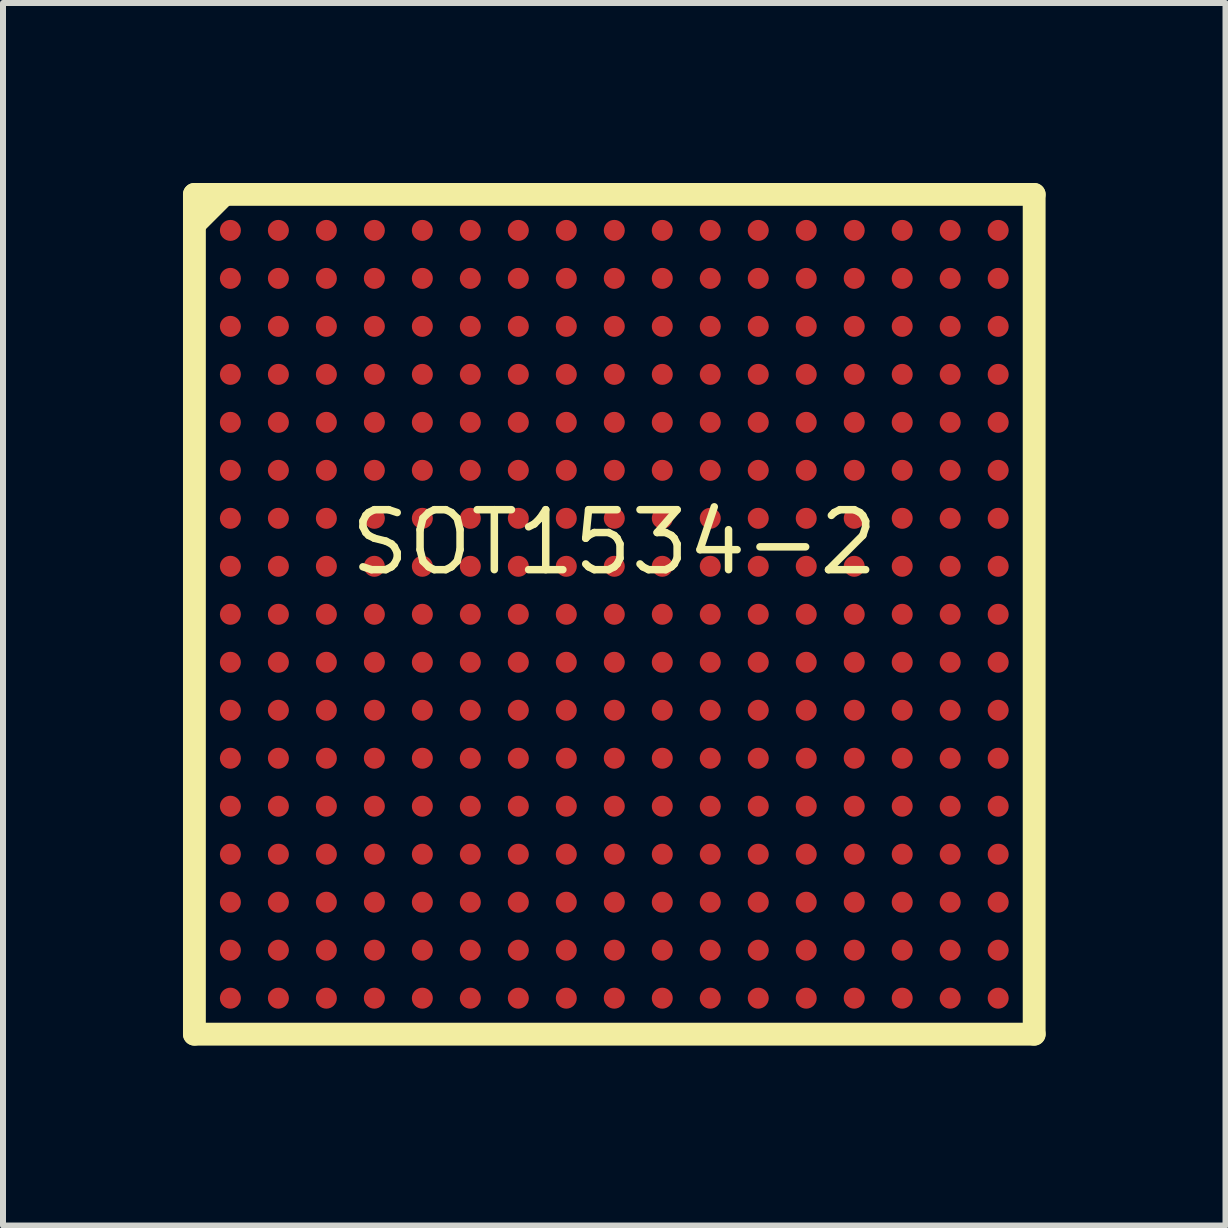
<source format=kicad_pcb>
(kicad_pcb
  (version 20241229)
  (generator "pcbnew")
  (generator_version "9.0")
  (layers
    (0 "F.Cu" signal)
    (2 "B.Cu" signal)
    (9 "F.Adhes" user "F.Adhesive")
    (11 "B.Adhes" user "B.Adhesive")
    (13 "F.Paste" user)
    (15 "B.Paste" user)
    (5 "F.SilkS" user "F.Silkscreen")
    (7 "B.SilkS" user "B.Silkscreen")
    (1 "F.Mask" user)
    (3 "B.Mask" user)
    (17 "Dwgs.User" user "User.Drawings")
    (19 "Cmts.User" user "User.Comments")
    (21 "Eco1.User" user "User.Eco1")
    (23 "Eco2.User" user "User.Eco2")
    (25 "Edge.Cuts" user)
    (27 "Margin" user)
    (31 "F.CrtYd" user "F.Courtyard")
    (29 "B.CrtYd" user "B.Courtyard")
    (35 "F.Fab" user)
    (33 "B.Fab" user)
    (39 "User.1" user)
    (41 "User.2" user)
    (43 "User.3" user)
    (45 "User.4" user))
  (footprint "SOT1534-2"
    (layer "F.Cu")
    (at 7.191 7.191)
    (property "Reference" "SOT1534-2" (at 0 -1.2 0) (layer "F.SilkS") (effects (font (size 1 1) (thickness 0.125))))
    (attr smd)
    (fp_line (start -7 -7) (end -7 7) (stroke (width 0.381) (type solid)) (layer "F.SilkS"))
    (fp_line (start -7 -7) (end 7 -7) (stroke (width 0.381) (type solid)) (layer "F.SilkS"))
    (fp_line (start -7 -6.5) (end -6.5 -7) (stroke (width 0.381) (type solid)) (layer "F.SilkS"))
    (fp_line (start -7 7) (end 7 7) (stroke (width 0.381) (type solid)) (layer "F.SilkS"))
    (fp_line (start 7 -7) (end 7 7) (stroke (width 0.381) (type solid)) (layer "F.SilkS"))
    (pad "A1" smd circle (at -6.4 -6.4) (size 0.35 0.35) (layers "F.Cu" "F.Mask" "F.Paste"))
    (pad "A2" smd circle (at -5.6 -6.4) (size 0.35 0.35) (layers "F.Cu" "F.Mask" "F.Paste"))
    (pad "A3" smd circle (at -4.8 -6.4) (size 0.35 0.35) (layers "F.Cu" "F.Mask" "F.Paste"))
    (pad "A4" smd circle (at -4 -6.4) (size 0.35 0.35) (layers "F.Cu" "F.Mask" "F.Paste"))
    (pad "A5" smd circle (at -3.2 -6.4) (size 0.35 0.35) (layers "F.Cu" "F.Mask" "F.Paste"))
    (pad "A6" smd circle (at -2.4 -6.4) (size 0.35 0.35) (layers "F.Cu" "F.Mask" "F.Paste"))
    (pad "A7" smd circle (at -1.6 -6.4) (size 0.35 0.35) (layers "F.Cu" "F.Mask" "F.Paste"))
    (pad "A8" smd circle (at -0.8 -6.4) (size 0.35 0.35) (layers "F.Cu" "F.Mask" "F.Paste"))
    (pad "A9" smd circle (at 0 -6.4) (size 0.35 0.35) (layers "F.Cu" "F.Mask" "F.Paste"))
    (pad "A10" smd circle (at 0.8 -6.4) (size 0.35 0.35) (layers "F.Cu" "F.Mask" "F.Paste"))
    (pad "A11" smd circle (at 1.6 -6.4) (size 0.35 0.35) (layers "F.Cu" "F.Mask" "F.Paste"))
    (pad "A12" smd circle (at 2.4 -6.4) (size 0.35 0.35) (layers "F.Cu" "F.Mask" "F.Paste"))
    (pad "A13" smd circle (at 3.2 -6.4) (size 0.35 0.35) (layers "F.Cu" "F.Mask" "F.Paste"))
    (pad "A14" smd circle (at 4 -6.4) (size 0.35 0.35) (layers "F.Cu" "F.Mask" "F.Paste"))
    (pad "A15" smd circle (at 4.8 -6.4) (size 0.35 0.35) (layers "F.Cu" "F.Mask" "F.Paste"))
    (pad "A16" smd circle (at 5.6 -6.4) (size 0.35 0.35) (layers "F.Cu" "F.Mask" "F.Paste"))
    (pad "A17" smd circle (at 6.4 -6.4) (size 0.35 0.35) (layers "F.Cu" "F.Mask" "F.Paste"))
    (pad "B1" smd circle (at -6.4 -5.6) (size 0.35 0.35) (layers "F.Cu" "F.Mask" "F.Paste"))
    (pad "B2" smd circle (at -5.6 -5.6) (size 0.35 0.35) (layers "F.Cu" "F.Mask" "F.Paste"))
    (pad "B3" smd circle (at -4.8 -5.6) (size 0.35 0.35) (layers "F.Cu" "F.Mask" "F.Paste"))
    (pad "B4" smd circle (at -4 -5.6) (size 0.35 0.35) (layers "F.Cu" "F.Mask" "F.Paste"))
    (pad "B5" smd circle (at -3.2 -5.6) (size 0.35 0.35) (layers "F.Cu" "F.Mask" "F.Paste"))
    (pad "B6" smd circle (at -2.4 -5.6) (size 0.35 0.35) (layers "F.Cu" "F.Mask" "F.Paste"))
    (pad "B7" smd circle (at -1.6 -5.6) (size 0.35 0.35) (layers "F.Cu" "F.Mask" "F.Paste"))
    (pad "B8" smd circle (at -0.8 -5.6) (size 0.35 0.35) (layers "F.Cu" "F.Mask" "F.Paste"))
    (pad "B9" smd circle (at 0 -5.6) (size 0.35 0.35) (layers "F.Cu" "F.Mask" "F.Paste"))
    (pad "B10" smd circle (at 0.8 -5.6) (size 0.35 0.35) (layers "F.Cu" "F.Mask" "F.Paste"))
    (pad "B11" smd circle (at 1.6 -5.6) (size 0.35 0.35) (layers "F.Cu" "F.Mask" "F.Paste"))
    (pad "B12" smd circle (at 2.4 -5.6) (size 0.35 0.35) (layers "F.Cu" "F.Mask" "F.Paste"))
    (pad "B13" smd circle (at 3.2 -5.6) (size 0.35 0.35) (layers "F.Cu" "F.Mask" "F.Paste"))
    (pad "B14" smd circle (at 4 -5.6) (size 0.35 0.35) (layers "F.Cu" "F.Mask" "F.Paste"))
    (pad "B15" smd circle (at 4.8 -5.6) (size 0.35 0.35) (layers "F.Cu" "F.Mask" "F.Paste"))
    (pad "B16" smd circle (at 5.6 -5.6) (size 0.35 0.35) (layers "F.Cu" "F.Mask" "F.Paste"))
    (pad "B17" smd circle (at 6.4 -5.6) (size 0.35 0.35) (layers "F.Cu" "F.Mask" "F.Paste"))
    (pad "C1" smd circle (at -6.4 -4.8) (size 0.35 0.35) (layers "F.Cu" "F.Mask" "F.Paste"))
    (pad "C2" smd circle (at -5.6 -4.8) (size 0.35 0.35) (layers "F.Cu" "F.Mask" "F.Paste"))
    (pad "C3" smd circle (at -4.8 -4.8) (size 0.35 0.35) (layers "F.Cu" "F.Mask" "F.Paste"))
    (pad "C4" smd circle (at -4 -4.8) (size 0.35 0.35) (layers "F.Cu" "F.Mask" "F.Paste"))
    (pad "C5" smd circle (at -3.2 -4.8) (size 0.35 0.35) (layers "F.Cu" "F.Mask" "F.Paste"))
    (pad "C6" smd circle (at -2.4 -4.8) (size 0.35 0.35) (layers "F.Cu" "F.Mask" "F.Paste"))
    (pad "C7" smd circle (at -1.6 -4.8) (size 0.35 0.35) (layers "F.Cu" "F.Mask" "F.Paste"))
    (pad "C8" smd circle (at -0.8 -4.8) (size 0.35 0.35) (layers "F.Cu" "F.Mask" "F.Paste"))
    (pad "C9" smd circle (at 0 -4.8) (size 0.35 0.35) (layers "F.Cu" "F.Mask" "F.Paste"))
    (pad "C10" smd circle (at 0.8 -4.8) (size 0.35 0.35) (layers "F.Cu" "F.Mask" "F.Paste"))
    (pad "C11" smd circle (at 1.6 -4.8) (size 0.35 0.35) (layers "F.Cu" "F.Mask" "F.Paste"))
    (pad "C12" smd circle (at 2.4 -4.8) (size 0.35 0.35) (layers "F.Cu" "F.Mask" "F.Paste"))
    (pad "C13" smd circle (at 3.2 -4.8) (size 0.35 0.35) (layers "F.Cu" "F.Mask" "F.Paste"))
    (pad "C14" smd circle (at 4 -4.8) (size 0.35 0.35) (layers "F.Cu" "F.Mask" "F.Paste"))
    (pad "C15" smd circle (at 4.8 -4.8) (size 0.35 0.35) (layers "F.Cu" "F.Mask" "F.Paste"))
    (pad "C16" smd circle (at 5.6 -4.8) (size 0.35 0.35) (layers "F.Cu" "F.Mask" "F.Paste"))
    (pad "C17" smd circle (at 6.4 -4.8) (size 0.35 0.35) (layers "F.Cu" "F.Mask" "F.Paste"))
    (pad "D1" smd circle (at -6.4 -4) (size 0.35 0.35) (layers "F.Cu" "F.Mask" "F.Paste"))
    (pad "D2" smd circle (at -5.6 -4) (size 0.35 0.35) (layers "F.Cu" "F.Mask" "F.Paste"))
    (pad "D3" smd circle (at -4.8 -4) (size 0.35 0.35) (layers "F.Cu" "F.Mask" "F.Paste"))
    (pad "D4" smd circle (at -4 -4) (size 0.35 0.35) (layers "F.Cu" "F.Mask" "F.Paste"))
    (pad "D5" smd circle (at -3.2 -4) (size 0.35 0.35) (layers "F.Cu" "F.Mask" "F.Paste"))
    (pad "D6" smd circle (at -2.4 -4) (size 0.35 0.35) (layers "F.Cu" "F.Mask" "F.Paste"))
    (pad "D7" smd circle (at -1.6 -4) (size 0.35 0.35) (layers "F.Cu" "F.Mask" "F.Paste"))
    (pad "D8" smd circle (at -0.8 -4) (size 0.35 0.35) (layers "F.Cu" "F.Mask" "F.Paste"))
    (pad "D9" smd circle (at 0 -4) (size 0.35 0.35) (layers "F.Cu" "F.Mask" "F.Paste"))
    (pad "D10" smd circle (at 0.8 -4) (size 0.35 0.35) (layers "F.Cu" "F.Mask" "F.Paste"))
    (pad "D11" smd circle (at 1.6 -4) (size 0.35 0.35) (layers "F.Cu" "F.Mask" "F.Paste"))
    (pad "D12" smd circle (at 2.4 -4) (size 0.35 0.35) (layers "F.Cu" "F.Mask" "F.Paste"))
    (pad "D13" smd circle (at 3.2 -4) (size 0.35 0.35) (layers "F.Cu" "F.Mask" "F.Paste"))
    (pad "D14" smd circle (at 4 -4) (size 0.35 0.35) (layers "F.Cu" "F.Mask" "F.Paste"))
    (pad "D15" smd circle (at 4.8 -4) (size 0.35 0.35) (layers "F.Cu" "F.Mask" "F.Paste"))
    (pad "D16" smd circle (at 5.6 -4) (size 0.35 0.35) (layers "F.Cu" "F.Mask" "F.Paste"))
    (pad "D17" smd circle (at 6.4 -4) (size 0.35 0.35) (layers "F.Cu" "F.Mask" "F.Paste"))
    (pad "E1" smd circle (at -6.4 -3.2) (size 0.35 0.35) (layers "F.Cu" "F.Mask" "F.Paste"))
    (pad "E2" smd circle (at -5.6 -3.2) (size 0.35 0.35) (layers "F.Cu" "F.Mask" "F.Paste"))
    (pad "E3" smd circle (at -4.8 -3.2) (size 0.35 0.35) (layers "F.Cu" "F.Mask" "F.Paste"))
    (pad "E4" smd circle (at -4 -3.2) (size 0.35 0.35) (layers "F.Cu" "F.Mask" "F.Paste"))
    (pad "E5" smd circle (at -3.2 -3.2) (size 0.35 0.35) (layers "F.Cu" "F.Mask" "F.Paste"))
    (pad "E6" smd circle (at -2.4 -3.2) (size 0.35 0.35) (layers "F.Cu" "F.Mask" "F.Paste"))
    (pad "E7" smd circle (at -1.6 -3.2) (size 0.35 0.35) (layers "F.Cu" "F.Mask" "F.Paste"))
    (pad "E8" smd circle (at -0.8 -3.2) (size 0.35 0.35) (layers "F.Cu" "F.Mask" "F.Paste"))
    (pad "E9" smd circle (at 0 -3.2) (size 0.35 0.35) (layers "F.Cu" "F.Mask" "F.Paste"))
    (pad "E10" smd circle (at 0.8 -3.2) (size 0.35 0.35) (layers "F.Cu" "F.Mask" "F.Paste"))
    (pad "E11" smd circle (at 1.6 -3.2) (size 0.35 0.35) (layers "F.Cu" "F.Mask" "F.Paste"))
    (pad "E12" smd circle (at 2.4 -3.2) (size 0.35 0.35) (layers "F.Cu" "F.Mask" "F.Paste"))
    (pad "E13" smd circle (at 3.2 -3.2) (size 0.35 0.35) (layers "F.Cu" "F.Mask" "F.Paste"))
    (pad "E14" smd circle (at 4 -3.2) (size 0.35 0.35) (layers "F.Cu" "F.Mask" "F.Paste"))
    (pad "E15" smd circle (at 4.8 -3.2) (size 0.35 0.35) (layers "F.Cu" "F.Mask" "F.Paste"))
    (pad "E16" smd circle (at 5.6 -3.2) (size 0.35 0.35) (layers "F.Cu" "F.Mask" "F.Paste"))
    (pad "E17" smd circle (at 6.4 -3.2) (size 0.35 0.35) (layers "F.Cu" "F.Mask" "F.Paste"))
    (pad "F1" smd circle (at -6.4 -2.4) (size 0.35 0.35) (layers "F.Cu" "F.Mask" "F.Paste"))
    (pad "F2" smd circle (at -5.6 -2.4) (size 0.35 0.35) (layers "F.Cu" "F.Mask" "F.Paste"))
    (pad "F3" smd circle (at -4.8 -2.4) (size 0.35 0.35) (layers "F.Cu" "F.Mask" "F.Paste"))
    (pad "F4" smd circle (at -4 -2.4) (size 0.35 0.35) (layers "F.Cu" "F.Mask" "F.Paste"))
    (pad "F5" smd circle (at -3.2 -2.4) (size 0.35 0.35) (layers "F.Cu" "F.Mask" "F.Paste"))
    (pad "F6" smd circle (at -2.4 -2.4) (size 0.35 0.35) (layers "F.Cu" "F.Mask" "F.Paste"))
    (pad "F7" smd circle (at -1.6 -2.4) (size 0.35 0.35) (layers "F.Cu" "F.Mask" "F.Paste"))
    (pad "F8" smd circle (at -0.8 -2.4) (size 0.35 0.35) (layers "F.Cu" "F.Mask" "F.Paste"))
    (pad "F9" smd circle (at 0 -2.4) (size 0.35 0.35) (layers "F.Cu" "F.Mask" "F.Paste"))
    (pad "F10" smd circle (at 0.8 -2.4) (size 0.35 0.35) (layers "F.Cu" "F.Mask" "F.Paste"))
    (pad "F11" smd circle (at 1.6 -2.4) (size 0.35 0.35) (layers "F.Cu" "F.Mask" "F.Paste"))
    (pad "F12" smd circle (at 2.4 -2.4) (size 0.35 0.35) (layers "F.Cu" "F.Mask" "F.Paste"))
    (pad "F13" smd circle (at 3.2 -2.4) (size 0.35 0.35) (layers "F.Cu" "F.Mask" "F.Paste"))
    (pad "F14" smd circle (at 4 -2.4) (size 0.35 0.35) (layers "F.Cu" "F.Mask" "F.Paste"))
    (pad "F15" smd circle (at 4.8 -2.4) (size 0.35 0.35) (layers "F.Cu" "F.Mask" "F.Paste"))
    (pad "F16" smd circle (at 5.6 -2.4) (size 0.35 0.35) (layers "F.Cu" "F.Mask" "F.Paste"))
    (pad "F17" smd circle (at 6.4 -2.4) (size 0.35 0.35) (layers "F.Cu" "F.Mask" "F.Paste"))
    (pad "G1" smd circle (at -6.4 -1.6) (size 0.35 0.35) (layers "F.Cu" "F.Mask" "F.Paste"))
    (pad "G2" smd circle (at -5.6 -1.6) (size 0.35 0.35) (layers "F.Cu" "F.Mask" "F.Paste"))
    (pad "G3" smd circle (at -4.8 -1.6) (size 0.35 0.35) (layers "F.Cu" "F.Mask" "F.Paste"))
    (pad "G4" smd circle (at -4 -1.6) (size 0.35 0.35) (layers "F.Cu" "F.Mask" "F.Paste"))
    (pad "G5" smd circle (at -3.2 -1.6) (size 0.35 0.35) (layers "F.Cu" "F.Mask" "F.Paste"))
    (pad "G6" smd circle (at -2.4 -1.6) (size 0.35 0.35) (layers "F.Cu" "F.Mask" "F.Paste"))
    (pad "G7" smd circle (at -1.6 -1.6) (size 0.35 0.35) (layers "F.Cu" "F.Mask" "F.Paste"))
    (pad "G8" smd circle (at -0.8 -1.6) (size 0.35 0.35) (layers "F.Cu" "F.Mask" "F.Paste"))
    (pad "G9" smd circle (at 0 -1.6) (size 0.35 0.35) (layers "F.Cu" "F.Mask" "F.Paste"))
    (pad "G10" smd circle (at 0.8 -1.6) (size 0.35 0.35) (layers "F.Cu" "F.Mask" "F.Paste"))
    (pad "G11" smd circle (at 1.6 -1.6) (size 0.35 0.35) (layers "F.Cu" "F.Mask" "F.Paste"))
    (pad "G12" smd circle (at 2.4 -1.6) (size 0.35 0.35) (layers "F.Cu" "F.Mask" "F.Paste"))
    (pad "G13" smd circle (at 3.2 -1.6) (size 0.35 0.35) (layers "F.Cu" "F.Mask" "F.Paste"))
    (pad "G14" smd circle (at 4 -1.6) (size 0.35 0.35) (layers "F.Cu" "F.Mask" "F.Paste"))
    (pad "G15" smd circle (at 4.8 -1.6) (size 0.35 0.35) (layers "F.Cu" "F.Mask" "F.Paste"))
    (pad "G16" smd circle (at 5.6 -1.6) (size 0.35 0.35) (layers "F.Cu" "F.Mask" "F.Paste"))
    (pad "G17" smd circle (at 6.4 -1.6) (size 0.35 0.35) (layers "F.Cu" "F.Mask" "F.Paste"))
    (pad "H1" smd circle (at -6.4 -0.8) (size 0.35 0.35) (layers "F.Cu" "F.Mask" "F.Paste"))
    (pad "H2" smd circle (at -5.6 -0.8) (size 0.35 0.35) (layers "F.Cu" "F.Mask" "F.Paste"))
    (pad "H3" smd circle (at -4.8 -0.8) (size 0.35 0.35) (layers "F.Cu" "F.Mask" "F.Paste"))
    (pad "H4" smd circle (at -4 -0.8) (size 0.35 0.35) (layers "F.Cu" "F.Mask" "F.Paste"))
    (pad "H5" smd circle (at -3.2 -0.8) (size 0.35 0.35) (layers "F.Cu" "F.Mask" "F.Paste"))
    (pad "H6" smd circle (at -2.4 -0.8) (size 0.35 0.35) (layers "F.Cu" "F.Mask" "F.Paste"))
    (pad "H7" smd circle (at -1.6 -0.8) (size 0.35 0.35) (layers "F.Cu" "F.Mask" "F.Paste"))
    (pad "H8" smd circle (at -0.8 -0.8) (size 0.35 0.35) (layers "F.Cu" "F.Mask" "F.Paste"))
    (pad "H9" smd circle (at 0 -0.8) (size 0.35 0.35) (layers "F.Cu" "F.Mask" "F.Paste"))
    (pad "H10" smd circle (at 0.8 -0.8) (size 0.35 0.35) (layers "F.Cu" "F.Mask" "F.Paste"))
    (pad "H11" smd circle (at 1.6 -0.8) (size 0.35 0.35) (layers "F.Cu" "F.Mask" "F.Paste"))
    (pad "H12" smd circle (at 2.4 -0.8) (size 0.35 0.35) (layers "F.Cu" "F.Mask" "F.Paste"))
    (pad "H13" smd circle (at 3.2 -0.8) (size 0.35 0.35) (layers "F.Cu" "F.Mask" "F.Paste"))
    (pad "H14" smd circle (at 4 -0.8) (size 0.35 0.35) (layers "F.Cu" "F.Mask" "F.Paste"))
    (pad "H15" smd circle (at 4.8 -0.8) (size 0.35 0.35) (layers "F.Cu" "F.Mask" "F.Paste"))
    (pad "H16" smd circle (at 5.6 -0.8) (size 0.35 0.35) (layers "F.Cu" "F.Mask" "F.Paste"))
    (pad "H17" smd circle (at 6.4 -0.8) (size 0.35 0.35) (layers "F.Cu" "F.Mask" "F.Paste"))
    (pad "J1" smd circle (at -6.4 0) (size 0.35 0.35) (layers "F.Cu" "F.Mask" "F.Paste"))
    (pad "J2" smd circle (at -5.6 0) (size 0.35 0.35) (layers "F.Cu" "F.Mask" "F.Paste"))
    (pad "J3" smd circle (at -4.8 0) (size 0.35 0.35) (layers "F.Cu" "F.Mask" "F.Paste"))
    (pad "J4" smd circle (at -4 0) (size 0.35 0.35) (layers "F.Cu" "F.Mask" "F.Paste"))
    (pad "J5" smd circle (at -3.2 0) (size 0.35 0.35) (layers "F.Cu" "F.Mask" "F.Paste"))
    (pad "J6" smd circle (at -2.4 0) (size 0.35 0.35) (layers "F.Cu" "F.Mask" "F.Paste"))
    (pad "J7" smd circle (at -1.6 0) (size 0.35 0.35) (layers "F.Cu" "F.Mask" "F.Paste"))
    (pad "J8" smd circle (at -0.8 0) (size 0.35 0.35) (layers "F.Cu" "F.Mask" "F.Paste"))
    (pad "J9" smd circle (at 0 0) (size 0.35 0.35) (layers "F.Cu" "F.Mask" "F.Paste"))
    (pad "J10" smd circle (at 0.8 0) (size 0.35 0.35) (layers "F.Cu" "F.Mask" "F.Paste"))
    (pad "J11" smd circle (at 1.6 0) (size 0.35 0.35) (layers "F.Cu" "F.Mask" "F.Paste"))
    (pad "J12" smd circle (at 2.4 0) (size 0.35 0.35) (layers "F.Cu" "F.Mask" "F.Paste"))
    (pad "J13" smd circle (at 3.2 0) (size 0.35 0.35) (layers "F.Cu" "F.Mask" "F.Paste"))
    (pad "J14" smd circle (at 4 0) (size 0.35 0.35) (layers "F.Cu" "F.Mask" "F.Paste"))
    (pad "J15" smd circle (at 4.8 0) (size 0.35 0.35) (layers "F.Cu" "F.Mask" "F.Paste"))
    (pad "J16" smd circle (at 5.6 0) (size 0.35 0.35) (layers "F.Cu" "F.Mask" "F.Paste"))
    (pad "J17" smd circle (at 6.4 0) (size 0.35 0.35) (layers "F.Cu" "F.Mask" "F.Paste"))
    (pad "K1" smd circle (at -6.4 0.8) (size 0.35 0.35) (layers "F.Cu" "F.Mask" "F.Paste"))
    (pad "K2" smd circle (at -5.6 0.8) (size 0.35 0.35) (layers "F.Cu" "F.Mask" "F.Paste"))
    (pad "K3" smd circle (at -4.8 0.8) (size 0.35 0.35) (layers "F.Cu" "F.Mask" "F.Paste"))
    (pad "K4" smd circle (at -4 0.8) (size 0.35 0.35) (layers "F.Cu" "F.Mask" "F.Paste"))
    (pad "K5" smd circle (at -3.2 0.8) (size 0.35 0.35) (layers "F.Cu" "F.Mask" "F.Paste"))
    (pad "K6" smd circle (at -2.4 0.8) (size 0.35 0.35) (layers "F.Cu" "F.Mask" "F.Paste"))
    (pad "K7" smd circle (at -1.6 0.8) (size 0.35 0.35) (layers "F.Cu" "F.Mask" "F.Paste"))
    (pad "K8" smd circle (at -0.8 0.8) (size 0.35 0.35) (layers "F.Cu" "F.Mask" "F.Paste"))
    (pad "K9" smd circle (at 0 0.8) (size 0.35 0.35) (layers "F.Cu" "F.Mask" "F.Paste"))
    (pad "K10" smd circle (at 0.8 0.8) (size 0.35 0.35) (layers "F.Cu" "F.Mask" "F.Paste"))
    (pad "K11" smd circle (at 1.6 0.8) (size 0.35 0.35) (layers "F.Cu" "F.Mask" "F.Paste"))
    (pad "K12" smd circle (at 2.4 0.8) (size 0.35 0.35) (layers "F.Cu" "F.Mask" "F.Paste"))
    (pad "K13" smd circle (at 3.2 0.8) (size 0.35 0.35) (layers "F.Cu" "F.Mask" "F.Paste"))
    (pad "K14" smd circle (at 4 0.8) (size 0.35 0.35) (layers "F.Cu" "F.Mask" "F.Paste"))
    (pad "K15" smd circle (at 4.8 0.8) (size 0.35 0.35) (layers "F.Cu" "F.Mask" "F.Paste"))
    (pad "K16" smd circle (at 5.6 0.8) (size 0.35 0.35) (layers "F.Cu" "F.Mask" "F.Paste"))
    (pad "K17" smd circle (at 6.4 0.8) (size 0.35 0.35) (layers "F.Cu" "F.Mask" "F.Paste"))
    (pad "L1" smd circle (at -6.4 1.6) (size 0.35 0.35) (layers "F.Cu" "F.Mask" "F.Paste"))
    (pad "L2" smd circle (at -5.6 1.6) (size 0.35 0.35) (layers "F.Cu" "F.Mask" "F.Paste"))
    (pad "L3" smd circle (at -4.8 1.6) (size 0.35 0.35) (layers "F.Cu" "F.Mask" "F.Paste"))
    (pad "L4" smd circle (at -4 1.6) (size 0.35 0.35) (layers "F.Cu" "F.Mask" "F.Paste"))
    (pad "L5" smd circle (at -3.2 1.6) (size 0.35 0.35) (layers "F.Cu" "F.Mask" "F.Paste"))
    (pad "L6" smd circle (at -2.4 1.6) (size 0.35 0.35) (layers "F.Cu" "F.Mask" "F.Paste"))
    (pad "L7" smd circle (at -1.6 1.6) (size 0.35 0.35) (layers "F.Cu" "F.Mask" "F.Paste"))
    (pad "L8" smd circle (at -0.8 1.6) (size 0.35 0.35) (layers "F.Cu" "F.Mask" "F.Paste"))
    (pad "L9" smd circle (at 0 1.6) (size 0.35 0.35) (layers "F.Cu" "F.Mask" "F.Paste"))
    (pad "L10" smd circle (at 0.8 1.6) (size 0.35 0.35) (layers "F.Cu" "F.Mask" "F.Paste"))
    (pad "L11" smd circle (at 1.6 1.6) (size 0.35 0.35) (layers "F.Cu" "F.Mask" "F.Paste"))
    (pad "L12" smd circle (at 2.4 1.6) (size 0.35 0.35) (layers "F.Cu" "F.Mask" "F.Paste"))
    (pad "L13" smd circle (at 3.2 1.6) (size 0.35 0.35) (layers "F.Cu" "F.Mask" "F.Paste"))
    (pad "L14" smd circle (at 4 1.6) (size 0.35 0.35) (layers "F.Cu" "F.Mask" "F.Paste"))
    (pad "L15" smd circle (at 4.8 1.6) (size 0.35 0.35) (layers "F.Cu" "F.Mask" "F.Paste"))
    (pad "L16" smd circle (at 5.6 1.6) (size 0.35 0.35) (layers "F.Cu" "F.Mask" "F.Paste"))
    (pad "L17" smd circle (at 6.4 1.6) (size 0.35 0.35) (layers "F.Cu" "F.Mask" "F.Paste"))
    (pad "M1" smd circle (at -6.4 2.4) (size 0.35 0.35) (layers "F.Cu" "F.Mask" "F.Paste"))
    (pad "M2" smd circle (at -5.6 2.4) (size 0.35 0.35) (layers "F.Cu" "F.Mask" "F.Paste"))
    (pad "M3" smd circle (at -4.8 2.4) (size 0.35 0.35) (layers "F.Cu" "F.Mask" "F.Paste"))
    (pad "M4" smd circle (at -4 2.4) (size 0.35 0.35) (layers "F.Cu" "F.Mask" "F.Paste"))
    (pad "M5" smd circle (at -3.2 2.4) (size 0.35 0.35) (layers "F.Cu" "F.Mask" "F.Paste"))
    (pad "M6" smd circle (at -2.4 2.4) (size 0.35 0.35) (layers "F.Cu" "F.Mask" "F.Paste"))
    (pad "M7" smd circle (at -1.6 2.4) (size 0.35 0.35) (layers "F.Cu" "F.Mask" "F.Paste"))
    (pad "M8" smd circle (at -0.8 2.4) (size 0.35 0.35) (layers "F.Cu" "F.Mask" "F.Paste"))
    (pad "M9" smd circle (at 0 2.4) (size 0.35 0.35) (layers "F.Cu" "F.Mask" "F.Paste"))
    (pad "M10" smd circle (at 0.8 2.4) (size 0.35 0.35) (layers "F.Cu" "F.Mask" "F.Paste"))
    (pad "M11" smd circle (at 1.6 2.4) (size 0.35 0.35) (layers "F.Cu" "F.Mask" "F.Paste"))
    (pad "M12" smd circle (at 2.4 2.4) (size 0.35 0.35) (layers "F.Cu" "F.Mask" "F.Paste"))
    (pad "M13" smd circle (at 3.2 2.4) (size 0.35 0.35) (layers "F.Cu" "F.Mask" "F.Paste"))
    (pad "M14" smd circle (at 4 2.4) (size 0.35 0.35) (layers "F.Cu" "F.Mask" "F.Paste"))
    (pad "M15" smd circle (at 4.8 2.4) (size 0.35 0.35) (layers "F.Cu" "F.Mask" "F.Paste"))
    (pad "M16" smd circle (at 5.6 2.4) (size 0.35 0.35) (layers "F.Cu" "F.Mask" "F.Paste"))
    (pad "M17" smd circle (at 6.4 2.4) (size 0.35 0.35) (layers "F.Cu" "F.Mask" "F.Paste"))
    (pad "N1" smd circle (at -6.4 3.2) (size 0.35 0.35) (layers "F.Cu" "F.Mask" "F.Paste"))
    (pad "N2" smd circle (at -5.6 3.2) (size 0.35 0.35) (layers "F.Cu" "F.Mask" "F.Paste"))
    (pad "N3" smd circle (at -4.8 3.2) (size 0.35 0.35) (layers "F.Cu" "F.Mask" "F.Paste"))
    (pad "N4" smd circle (at -4 3.2) (size 0.35 0.35) (layers "F.Cu" "F.Mask" "F.Paste"))
    (pad "N5" smd circle (at -3.2 3.2) (size 0.35 0.35) (layers "F.Cu" "F.Mask" "F.Paste"))
    (pad "N6" smd circle (at -2.4 3.2) (size 0.35 0.35) (layers "F.Cu" "F.Mask" "F.Paste"))
    (pad "N7" smd circle (at -1.6 3.2) (size 0.35 0.35) (layers "F.Cu" "F.Mask" "F.Paste"))
    (pad "N8" smd circle (at -0.8 3.2) (size 0.35 0.35) (layers "F.Cu" "F.Mask" "F.Paste"))
    (pad "N9" smd circle (at 0 3.2) (size 0.35 0.35) (layers "F.Cu" "F.Mask" "F.Paste"))
    (pad "N10" smd circle (at 0.8 3.2) (size 0.35 0.35) (layers "F.Cu" "F.Mask" "F.Paste"))
    (pad "N11" smd circle (at 1.6 3.2) (size 0.35 0.35) (layers "F.Cu" "F.Mask" "F.Paste"))
    (pad "N12" smd circle (at 2.4 3.2) (size 0.35 0.35) (layers "F.Cu" "F.Mask" "F.Paste"))
    (pad "N13" smd circle (at 3.2 3.2) (size 0.35 0.35) (layers "F.Cu" "F.Mask" "F.Paste"))
    (pad "N14" smd circle (at 4 3.2) (size 0.35 0.35) (layers "F.Cu" "F.Mask" "F.Paste"))
    (pad "N15" smd circle (at 4.8 3.2) (size 0.35 0.35) (layers "F.Cu" "F.Mask" "F.Paste"))
    (pad "N16" smd circle (at 5.6 3.2) (size 0.35 0.35) (layers "F.Cu" "F.Mask" "F.Paste"))
    (pad "N17" smd circle (at 6.4 3.2) (size 0.35 0.35) (layers "F.Cu" "F.Mask" "F.Paste"))
    (pad "P1" smd circle (at -6.4 4) (size 0.35 0.35) (layers "F.Cu" "F.Mask" "F.Paste"))
    (pad "P2" smd circle (at -5.6 4) (size 0.35 0.35) (layers "F.Cu" "F.Mask" "F.Paste"))
    (pad "P3" smd circle (at -4.8 4) (size 0.35 0.35) (layers "F.Cu" "F.Mask" "F.Paste"))
    (pad "P4" smd circle (at -4 4) (size 0.35 0.35) (layers "F.Cu" "F.Mask" "F.Paste"))
    (pad "P5" smd circle (at -3.2 4) (size 0.35 0.35) (layers "F.Cu" "F.Mask" "F.Paste"))
    (pad "P6" smd circle (at -2.4 4) (size 0.35 0.35) (layers "F.Cu" "F.Mask" "F.Paste"))
    (pad "P7" smd circle (at -1.6 4) (size 0.35 0.35) (layers "F.Cu" "F.Mask" "F.Paste"))
    (pad "P8" smd circle (at -0.8 4) (size 0.35 0.35) (layers "F.Cu" "F.Mask" "F.Paste"))
    (pad "P9" smd circle (at 0 4) (size 0.35 0.35) (layers "F.Cu" "F.Mask" "F.Paste"))
    (pad "P10" smd circle (at 0.8 4) (size 0.35 0.35) (layers "F.Cu" "F.Mask" "F.Paste"))
    (pad "P11" smd circle (at 1.6 4) (size 0.35 0.35) (layers "F.Cu" "F.Mask" "F.Paste"))
    (pad "P12" smd circle (at 2.4 4) (size 0.35 0.35) (layers "F.Cu" "F.Mask" "F.Paste"))
    (pad "P13" smd circle (at 3.2 4) (size 0.35 0.35) (layers "F.Cu" "F.Mask" "F.Paste"))
    (pad "P14" smd circle (at 4 4) (size 0.35 0.35) (layers "F.Cu" "F.Mask" "F.Paste"))
    (pad "P15" smd circle (at 4.8 4) (size 0.35 0.35) (layers "F.Cu" "F.Mask" "F.Paste"))
    (pad "P16" smd circle (at 5.6 4) (size 0.35 0.35) (layers "F.Cu" "F.Mask" "F.Paste"))
    (pad "P17" smd circle (at 6.4 4) (size 0.35 0.35) (layers "F.Cu" "F.Mask" "F.Paste"))
    (pad "R1" smd circle (at -6.4 4.8) (size 0.35 0.35) (layers "F.Cu" "F.Mask" "F.Paste"))
    (pad "R2" smd circle (at -5.6 4.8) (size 0.35 0.35) (layers "F.Cu" "F.Mask" "F.Paste"))
    (pad "R3" smd circle (at -4.8 4.8) (size 0.35 0.35) (layers "F.Cu" "F.Mask" "F.Paste"))
    (pad "R4" smd circle (at -4 4.8) (size 0.35 0.35) (layers "F.Cu" "F.Mask" "F.Paste"))
    (pad "R5" smd circle (at -3.2 4.8) (size 0.35 0.35) (layers "F.Cu" "F.Mask" "F.Paste"))
    (pad "R6" smd circle (at -2.4 4.8) (size 0.35 0.35) (layers "F.Cu" "F.Mask" "F.Paste"))
    (pad "R7" smd circle (at -1.6 4.8) (size 0.35 0.35) (layers "F.Cu" "F.Mask" "F.Paste"))
    (pad "R8" smd circle (at -0.8 4.8) (size 0.35 0.35) (layers "F.Cu" "F.Mask" "F.Paste"))
    (pad "R9" smd circle (at 0 4.8) (size 0.35 0.35) (layers "F.Cu" "F.Mask" "F.Paste"))
    (pad "R10" smd circle (at 0.8 4.8) (size 0.35 0.35) (layers "F.Cu" "F.Mask" "F.Paste"))
    (pad "R11" smd circle (at 1.6 4.8) (size 0.35 0.35) (layers "F.Cu" "F.Mask" "F.Paste"))
    (pad "R12" smd circle (at 2.4 4.8) (size 0.35 0.35) (layers "F.Cu" "F.Mask" "F.Paste"))
    (pad "R13" smd circle (at 3.2 4.8) (size 0.35 0.35) (layers "F.Cu" "F.Mask" "F.Paste"))
    (pad "R14" smd circle (at 4 4.8) (size 0.35 0.35) (layers "F.Cu" "F.Mask" "F.Paste"))
    (pad "R15" smd circle (at 4.8 4.8) (size 0.35 0.35) (layers "F.Cu" "F.Mask" "F.Paste"))
    (pad "R16" smd circle (at 5.6 4.8) (size 0.35 0.35) (layers "F.Cu" "F.Mask" "F.Paste"))
    (pad "R17" smd circle (at 6.4 4.8) (size 0.35 0.35) (layers "F.Cu" "F.Mask" "F.Paste"))
    (pad "T1" smd circle (at -6.4 5.6) (size 0.35 0.35) (layers "F.Cu" "F.Mask" "F.Paste"))
    (pad "T2" smd circle (at -5.6 5.6) (size 0.35 0.35) (layers "F.Cu" "F.Mask" "F.Paste"))
    (pad "T3" smd circle (at -4.8 5.6) (size 0.35 0.35) (layers "F.Cu" "F.Mask" "F.Paste"))
    (pad "T4" smd circle (at -4 5.6) (size 0.35 0.35) (layers "F.Cu" "F.Mask" "F.Paste"))
    (pad "T5" smd circle (at -3.2 5.6) (size 0.35 0.35) (layers "F.Cu" "F.Mask" "F.Paste"))
    (pad "T6" smd circle (at -2.4 5.6) (size 0.35 0.35) (layers "F.Cu" "F.Mask" "F.Paste"))
    (pad "T7" smd circle (at -1.6 5.6) (size 0.35 0.35) (layers "F.Cu" "F.Mask" "F.Paste"))
    (pad "T8" smd circle (at -0.8 5.6) (size 0.35 0.35) (layers "F.Cu" "F.Mask" "F.Paste"))
    (pad "T9" smd circle (at 0 5.6) (size 0.35 0.35) (layers "F.Cu" "F.Mask" "F.Paste"))
    (pad "T10" smd circle (at 0.8 5.6) (size 0.35 0.35) (layers "F.Cu" "F.Mask" "F.Paste"))
    (pad "T11" smd circle (at 1.6 5.6) (size 0.35 0.35) (layers "F.Cu" "F.Mask" "F.Paste"))
    (pad "T12" smd circle (at 2.4 5.6) (size 0.35 0.35) (layers "F.Cu" "F.Mask" "F.Paste"))
    (pad "T13" smd circle (at 3.2 5.6) (size 0.35 0.35) (layers "F.Cu" "F.Mask" "F.Paste"))
    (pad "T14" smd circle (at 4 5.6) (size 0.35 0.35) (layers "F.Cu" "F.Mask" "F.Paste"))
    (pad "T15" smd circle (at 4.8 5.6) (size 0.35 0.35) (layers "F.Cu" "F.Mask" "F.Paste"))
    (pad "T16" smd circle (at 5.6 5.6) (size 0.35 0.35) (layers "F.Cu" "F.Mask" "F.Paste"))
    (pad "T17" smd circle (at 6.4 5.6) (size 0.35 0.35) (layers "F.Cu" "F.Mask" "F.Paste"))
    (pad "U1" smd circle (at -6.4 6.4) (size 0.35 0.35) (layers "F.Cu" "F.Mask" "F.Paste"))
    (pad "U2" smd circle (at -5.6 6.4) (size 0.35 0.35) (layers "F.Cu" "F.Mask" "F.Paste"))
    (pad "U3" smd circle (at -4.8 6.4) (size 0.35 0.35) (layers "F.Cu" "F.Mask" "F.Paste"))
    (pad "U4" smd circle (at -4 6.4) (size 0.35 0.35) (layers "F.Cu" "F.Mask" "F.Paste"))
    (pad "U5" smd circle (at -3.2 6.4) (size 0.35 0.35) (layers "F.Cu" "F.Mask" "F.Paste"))
    (pad "U6" smd circle (at -2.4 6.4) (size 0.35 0.35) (layers "F.Cu" "F.Mask" "F.Paste"))
    (pad "U7" smd circle (at -1.6 6.4) (size 0.35 0.35) (layers "F.Cu" "F.Mask" "F.Paste"))
    (pad "U8" smd circle (at -0.8 6.4) (size 0.35 0.35) (layers "F.Cu" "F.Mask" "F.Paste"))
    (pad "U9" smd circle (at 0 6.4) (size 0.35 0.35) (layers "F.Cu" "F.Mask" "F.Paste"))
    (pad "U10" smd circle (at 0.8 6.4) (size 0.35 0.35) (layers "F.Cu" "F.Mask" "F.Paste"))
    (pad "U11" smd circle (at 1.6 6.4) (size 0.35 0.35) (layers "F.Cu" "F.Mask" "F.Paste"))
    (pad "U12" smd circle (at 2.4 6.4) (size 0.35 0.35) (layers "F.Cu" "F.Mask" "F.Paste"))
    (pad "U13" smd circle (at 3.2 6.4) (size 0.35 0.35) (layers "F.Cu" "F.Mask" "F.Paste"))
    (pad "U14" smd circle (at 4 6.4) (size 0.35 0.35) (layers "F.Cu" "F.Mask" "F.Paste"))
    (pad "U15" smd circle (at 4.8 6.4) (size 0.35 0.35) (layers "F.Cu" "F.Mask" "F.Paste"))
    (pad "U16" smd circle (at 5.6 6.4) (size 0.35 0.35) (layers "F.Cu" "F.Mask" "F.Paste"))
    (pad "U17" smd circle (at 6.4 6.4) (size 0.35 0.35) (layers "F.Cu" "F.Mask" "F.Paste")))
  (gr_rect
    (start -3 -3)
    (end 17.381 17.381)
    (stroke (width 0.1) (type default))
    (fill no)
    (layer "Edge.Cuts")))
</source>
